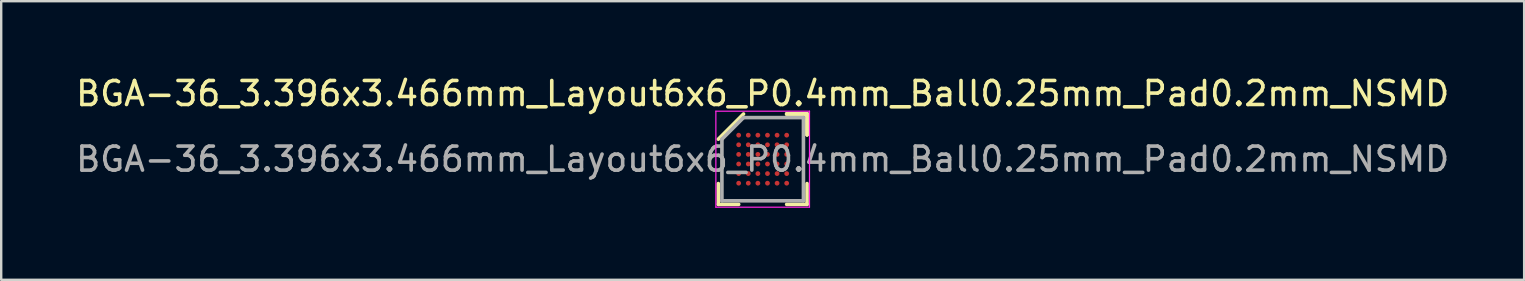
<source format=kicad_pcb>
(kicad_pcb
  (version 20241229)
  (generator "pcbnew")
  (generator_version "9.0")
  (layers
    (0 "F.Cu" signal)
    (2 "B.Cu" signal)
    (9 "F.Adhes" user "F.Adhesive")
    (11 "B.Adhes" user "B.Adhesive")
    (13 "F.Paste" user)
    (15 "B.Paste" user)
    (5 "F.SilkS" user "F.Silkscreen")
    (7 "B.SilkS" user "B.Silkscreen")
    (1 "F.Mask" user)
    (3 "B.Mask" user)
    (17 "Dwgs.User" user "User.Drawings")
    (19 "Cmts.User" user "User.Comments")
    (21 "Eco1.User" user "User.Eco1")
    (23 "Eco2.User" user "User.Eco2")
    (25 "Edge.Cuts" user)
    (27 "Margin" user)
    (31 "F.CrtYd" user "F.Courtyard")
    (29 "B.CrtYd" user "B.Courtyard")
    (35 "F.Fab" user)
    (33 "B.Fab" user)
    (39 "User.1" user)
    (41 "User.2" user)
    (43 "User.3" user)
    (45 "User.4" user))
  (footprint "BGA-36_3.396x3.466mm_Layout6x6_P0.4mm_Ball0.25mm_Pad0.2mm_NSMD"
    (layer "F.Cu")
    (at 28.72 3.581)
    (property "Reference" "BGA-36_3.396x3.466mm_Layout6x6_P0.4mm_Ball0.25mm_Pad0.2mm_NSMD" (at 0 -2.733 0) (layer "F.SilkS") (effects (font (size 1 1) (thickness 0.15))))
    (attr smd)
    (fp_line (start -1.848 1.883) (end -1.848 1.016) (stroke (width 0.15) (type solid)) (layer "F.SilkS"))
    (fp_line (start -0.999 1.883) (end -1.848 1.883) (stroke (width 0.15) (type solid)) (layer "F.SilkS"))
    (fp_line (start -0.798 -1.883) (end -1.848 -0.833) (stroke (width 0.15) (type solid)) (layer "F.SilkS"))
    (fp_line (start 0.999 -1.883) (end 1.848 -1.883) (stroke (width 0.15) (type solid)) (layer "F.SilkS"))
    (fp_line (start 0.999 -1.883) (end 1.848 -1.883) (stroke (width 0.15) (type solid)) (layer "F.SilkS"))
    (fp_line (start 0.999 -1.883) (end 1.848 -1.883) (stroke (width 0.15) (type solid)) (layer "F.SilkS"))
    (fp_line (start 0.999 1.883) (end 1.848 1.883) (stroke (width 0.15) (type solid)) (layer "F.SilkS"))
    (fp_line (start 1.848 -1.883) (end 1.848 -1.016) (stroke (width 0.15) (type solid)) (layer "F.SilkS"))
    (fp_line (start 1.848 -1.883) (end 1.848 -1.016) (stroke (width 0.15) (type solid)) (layer "F.SilkS"))
    (fp_line (start 1.848 -1.883) (end 1.848 -1.016) (stroke (width 0.15) (type solid)) (layer "F.SilkS"))
    (fp_line (start 1.848 1.883) (end 1.848 1.016) (stroke (width 0.15) (type solid)) (layer "F.SilkS"))
    (fp_line (start -1.95 -2) (end 1.95 -2) (stroke (width 0.05) (type solid)) (layer "F.CrtYd"))
    (fp_line (start -1.95 2) (end -1.95 -2) (stroke (width 0.05) (type solid)) (layer "F.CrtYd"))
    (fp_line (start 1.95 -2) (end 1.95 2) (stroke (width 0.05) (type solid)) (layer "F.CrtYd"))
    (fp_line (start 1.95 2) (end -1.95 2) (stroke (width 0.05) (type solid)) (layer "F.CrtYd"))
    (fp_line (start -1.698 -0.833) (end -1.698 1.733) (stroke (width 0.15) (type solid)) (layer "F.Fab"))
    (fp_line (start -1.698 1.733) (end 1.698 1.733) (stroke (width 0.15) (type solid)) (layer "F.Fab"))
    (fp_line (start -0.798 -1.733) (end -1.698 -0.833) (stroke (width 0.15) (type solid)) (layer "F.Fab"))
    (fp_line (start 1.698 -1.733) (end -0.798 -1.733) (stroke (width 0.15) (type solid)) (layer "F.Fab"))
    (fp_line (start 1.698 1.733) (end 1.698 -1.733) (stroke (width 0.15) (type solid)) (layer "F.Fab"))
    (fp_text user "${REFERENCE}" (at 0 0 0) (layer "F.Fab") (effects (font (size 1 1) (thickness 0.15))))
    (pad "A1" smd circle (at -1 -1) (size 0.2 0.2) (layers "F.Cu" "F.Mask" "F.Paste"))
    (pad "A2" smd circle (at -0.6 -1) (size 0.2 0.2) (layers "F.Cu" "F.Mask" "F.Paste"))
    (pad "A3" smd circle (at -0.2 -1) (size 0.2 0.2) (layers "F.Cu" "F.Mask" "F.Paste"))
    (pad "A4" smd circle (at 0.2 -1) (size 0.2 0.2) (layers "F.Cu" "F.Mask" "F.Paste"))
    (pad "A5" smd circle (at 0.6 -1) (size 0.2 0.2) (layers "F.Cu" "F.Mask" "F.Paste"))
    (pad "A6" smd circle (at 1 -1) (size 0.2 0.2) (layers "F.Cu" "F.Mask" "F.Paste"))
    (pad "B1" smd circle (at -1 -0.6) (size 0.2 0.2) (layers "F.Cu" "F.Mask" "F.Paste"))
    (pad "B2" smd circle (at -0.6 -0.6) (size 0.2 0.2) (layers "F.Cu" "F.Mask" "F.Paste"))
    (pad "B3" smd circle (at -0.2 -0.6) (size 0.2 0.2) (layers "F.Cu" "F.Mask" "F.Paste"))
    (pad "B4" smd circle (at 0.2 -0.6) (size 0.2 0.2) (layers "F.Cu" "F.Mask" "F.Paste"))
    (pad "B5" smd circle (at 0.6 -0.6) (size 0.2 0.2) (layers "F.Cu" "F.Mask" "F.Paste"))
    (pad "B6" smd circle (at 1 -0.6) (size 0.2 0.2) (layers "F.Cu" "F.Mask" "F.Paste"))
    (pad "C1" smd circle (at -1 -0.2) (size 0.2 0.2) (layers "F.Cu" "F.Mask" "F.Paste"))
    (pad "C2" smd circle (at -0.6 -0.2) (size 0.2 0.2) (layers "F.Cu" "F.Mask" "F.Paste"))
    (pad "C3" smd circle (at -0.2 -0.2) (size 0.2 0.2) (layers "F.Cu" "F.Mask" "F.Paste"))
    (pad "C4" smd circle (at 0.2 -0.2) (size 0.2 0.2) (layers "F.Cu" "F.Mask" "F.Paste"))
    (pad "C5" smd circle (at 0.6 -0.2) (size 0.2 0.2) (layers "F.Cu" "F.Mask" "F.Paste"))
    (pad "C6" smd circle (at 1 -0.2) (size 0.2 0.2) (layers "F.Cu" "F.Mask" "F.Paste"))
    (pad "D1" smd circle (at -1 0.2) (size 0.2 0.2) (layers "F.Cu" "F.Mask" "F.Paste"))
    (pad "D2" smd circle (at -0.6 0.2) (size 0.2 0.2) (layers "F.Cu" "F.Mask" "F.Paste"))
    (pad "D3" smd circle (at -0.2 0.2) (size 0.2 0.2) (layers "F.Cu" "F.Mask" "F.Paste"))
    (pad "D4" smd circle (at 0.2 0.2) (size 0.2 0.2) (layers "F.Cu" "F.Mask" "F.Paste"))
    (pad "D5" smd circle (at 0.6 0.2) (size 0.2 0.2) (layers "F.Cu" "F.Mask" "F.Paste"))
    (pad "D6" smd circle (at 1 0.2) (size 0.2 0.2) (layers "F.Cu" "F.Mask" "F.Paste"))
    (pad "E1" smd circle (at -1 0.6) (size 0.2 0.2) (layers "F.Cu" "F.Mask" "F.Paste"))
    (pad "E2" smd circle (at -0.6 0.6) (size 0.2 0.2) (layers "F.Cu" "F.Mask" "F.Paste"))
    (pad "E3" smd circle (at -0.2 0.6) (size 0.2 0.2) (layers "F.Cu" "F.Mask" "F.Paste"))
    (pad "E4" smd circle (at 0.2 0.6) (size 0.2 0.2) (layers "F.Cu" "F.Mask" "F.Paste"))
    (pad "E5" smd circle (at 0.6 0.6) (size 0.2 0.2) (layers "F.Cu" "F.Mask" "F.Paste"))
    (pad "E6" smd circle (at 1 0.6) (size 0.2 0.2) (layers "F.Cu" "F.Mask" "F.Paste"))
    (pad "F1" smd circle (at -1 1) (size 0.2 0.2) (layers "F.Cu" "F.Mask" "F.Paste"))
    (pad "F2" smd circle (at -0.6 1) (size 0.2 0.2) (layers "F.Cu" "F.Mask" "F.Paste"))
    (pad "F3" smd circle (at -0.2 1) (size 0.2 0.2) (layers "F.Cu" "F.Mask" "F.Paste"))
    (pad "F4" smd circle (at 0.2 1) (size 0.2 0.2) (layers "F.Cu" "F.Mask" "F.Paste"))
    (pad "F5" smd circle (at 0.6 1) (size 0.2 0.2) (layers "F.Cu" "F.Mask" "F.Paste"))
    (pad "F6" smd circle (at 1 1) (size 0.2 0.2) (layers "F.Cu" "F.Mask" "F.Paste")))
  (gr_rect
    (start -3 -3)
    (end 60.44 8.606)
    (stroke (width 0.1) (type default))
    (fill no)
    (layer "Edge.Cuts")))
</source>
